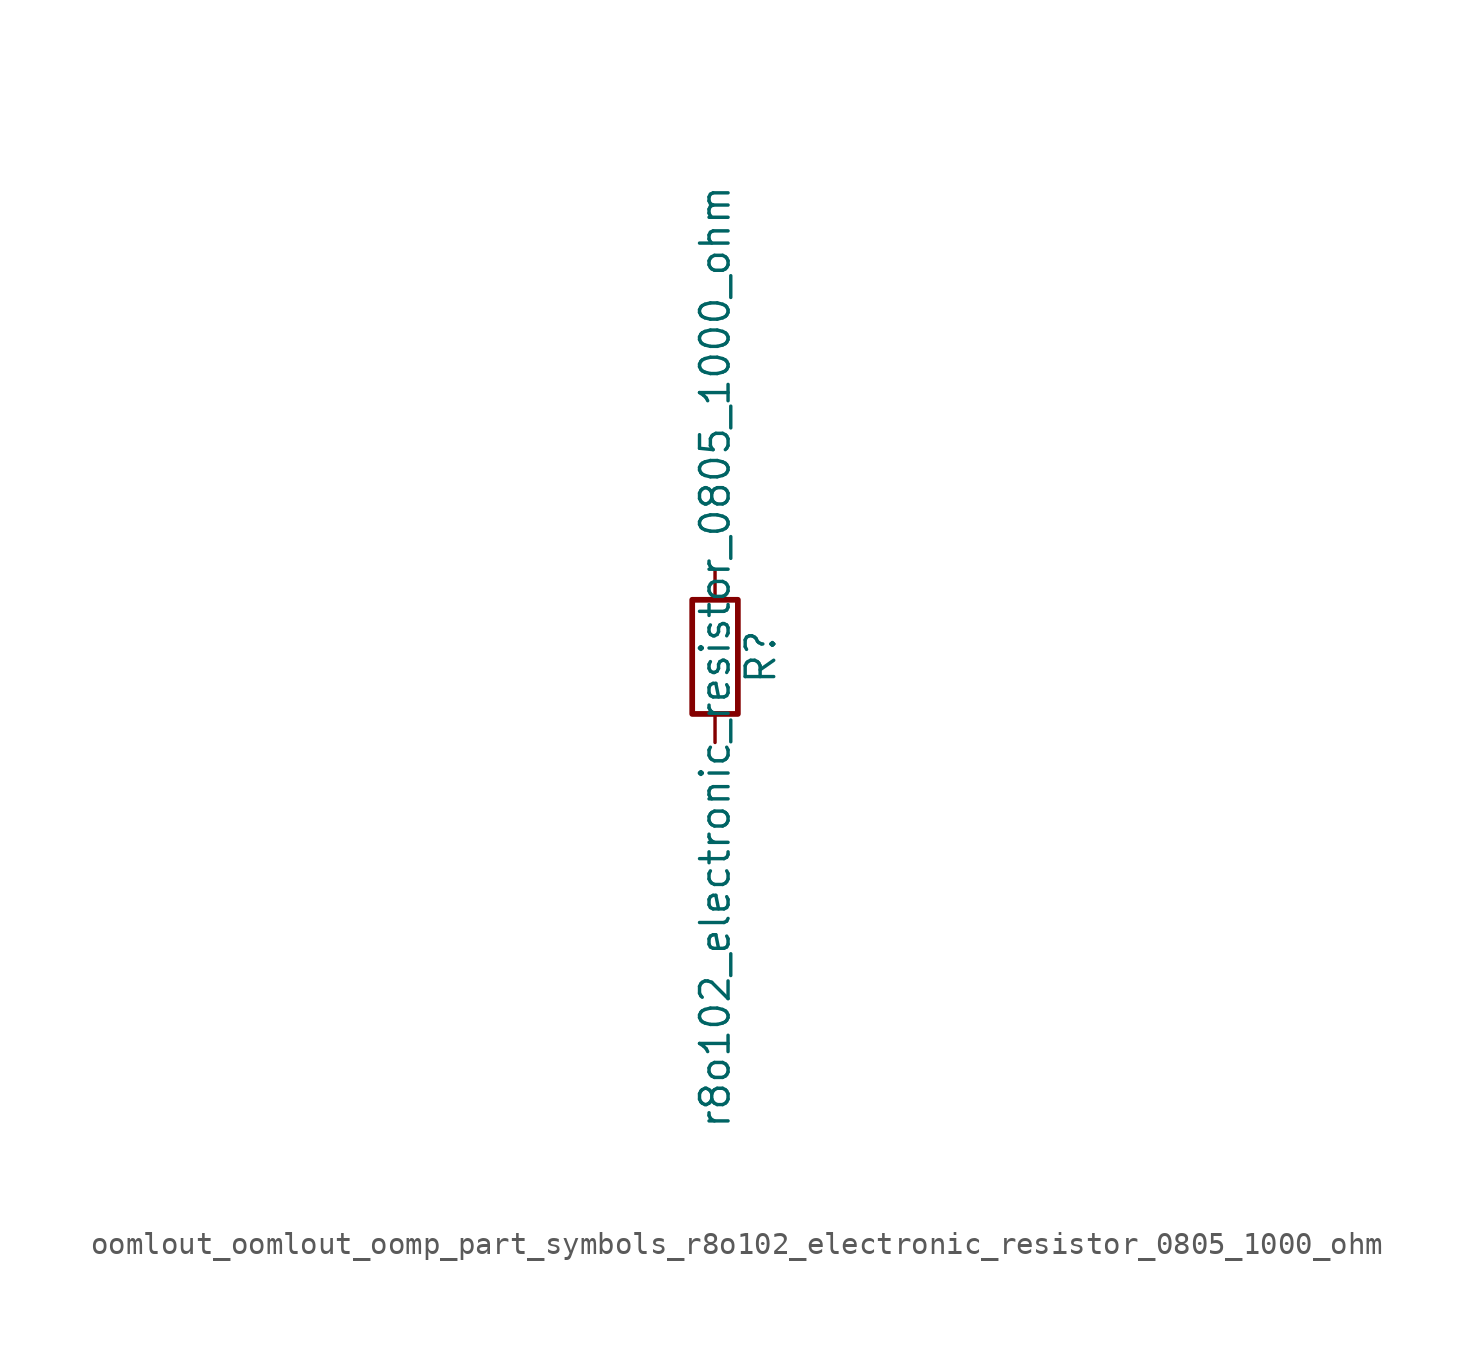
<source format=kicad_sym>
(kicad_symbol_lib
  (version 20220914)
  (generator kicad_symbol_editor)
  (symbol "oomlout_oomlout_oomp_part_symbols_r8o102_electronic_resistor_0805_1000_ohm"
    (pin_numbers hide)
    (pin_names
      (offset 0))
    (property "Reference" "R"
      (at 2.032 0 90)
      (effects (font (size 1.27 1.27))))
    (property "Value" "r8o102_electronic_resistor_0805_1000_ohm"
      (at 0 0 90)
      (effects (font (size 1.27 1.27))))
    (symbol "oomlout_oomlout_oomp_part_symbols_r8o102_electronic_resistor_0805_1000_ohm_0_1"
      (rectangle (start -1.016 -2.54) (end 1.016 2.54) (stroke (width 0.254) (type default)) (fill (type none))))
    (symbol "oomlout_oomlout_oomp_part_symbols_r8o102_electronic_resistor_0805_1000_ohm_1_1"
      (pin passive line (at 0 3.81 270) (length 1.27) (name "~" (effects (font (size 1.27 1.27)))) (number "1" (effects (font (size 1.27 1.27)))))
      (pin passive line (at 0 -3.81 90) (length 1.27) (name "~" (effects (font (size 1.27 1.27)))) (number "2" (effects (font (size 1.27 1.27))))))))
</source>
